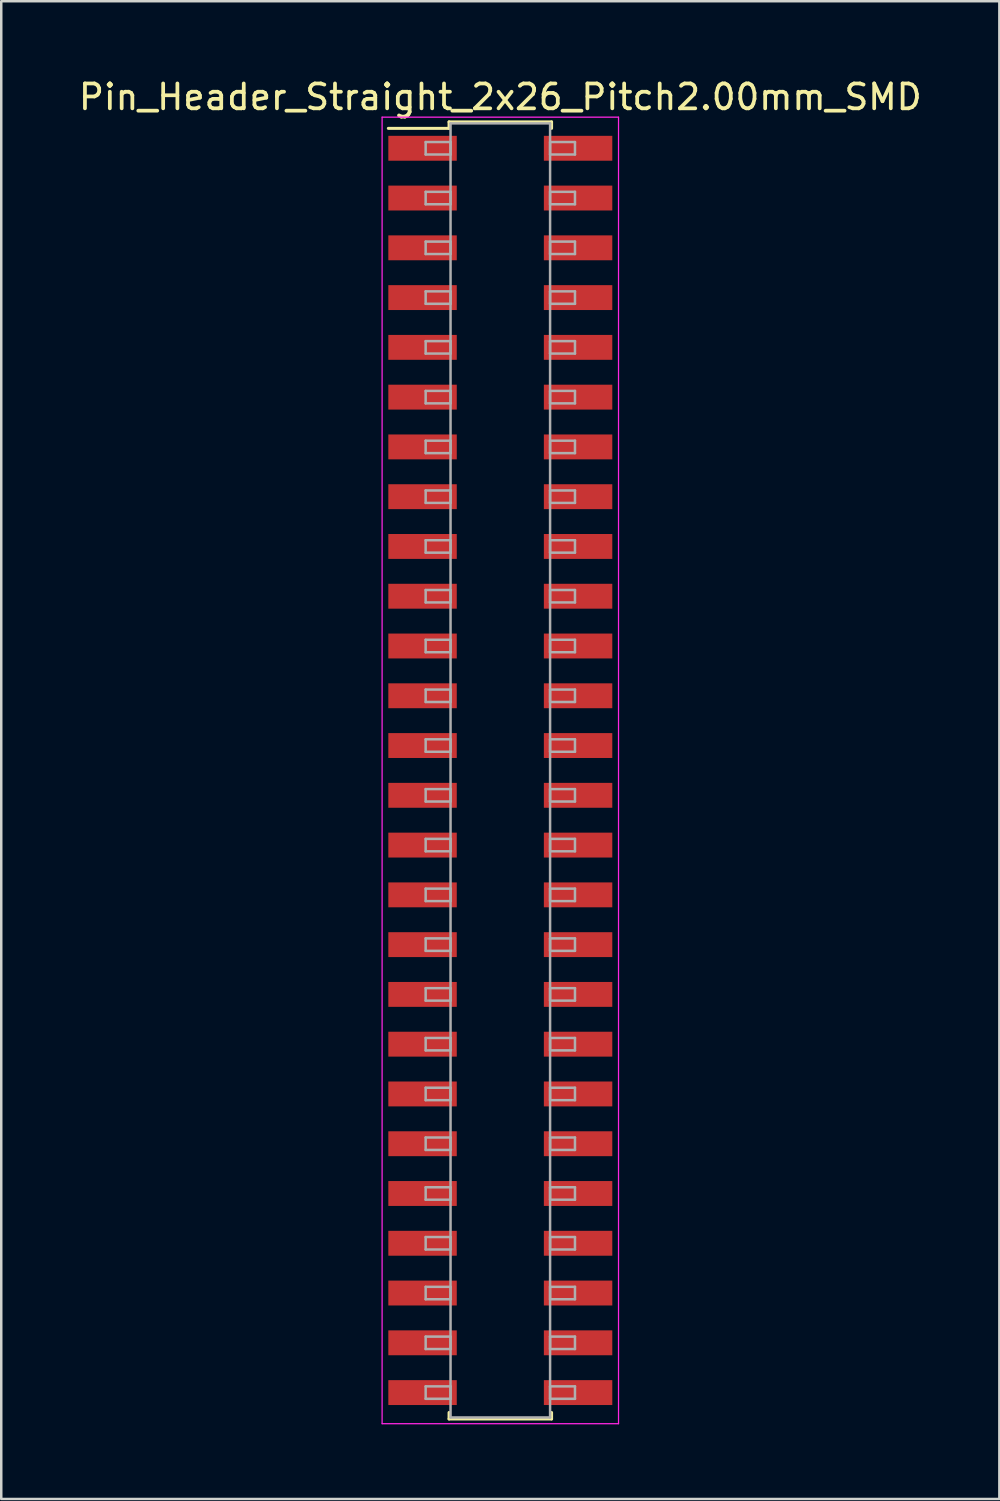
<source format=kicad_pcb>
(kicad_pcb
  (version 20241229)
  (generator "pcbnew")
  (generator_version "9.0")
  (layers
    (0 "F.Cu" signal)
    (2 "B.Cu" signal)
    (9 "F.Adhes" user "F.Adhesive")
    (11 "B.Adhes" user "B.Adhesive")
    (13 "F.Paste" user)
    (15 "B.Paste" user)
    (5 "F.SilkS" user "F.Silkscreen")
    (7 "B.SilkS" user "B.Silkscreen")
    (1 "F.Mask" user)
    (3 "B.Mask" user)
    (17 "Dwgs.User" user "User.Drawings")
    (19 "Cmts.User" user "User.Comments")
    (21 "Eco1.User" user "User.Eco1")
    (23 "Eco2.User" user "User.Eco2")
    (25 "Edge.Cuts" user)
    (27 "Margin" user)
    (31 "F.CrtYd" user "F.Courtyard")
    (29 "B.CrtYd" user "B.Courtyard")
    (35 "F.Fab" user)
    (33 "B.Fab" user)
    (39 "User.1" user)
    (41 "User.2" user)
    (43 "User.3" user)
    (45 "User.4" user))
  (footprint "Pin_Header_Straight_2x26_Pitch2.00mm_SMD"
    (layer "F.Cu")
    (at 17.054 27.908)
    (property "Reference" "Pin_Header_Straight_2x26_Pitch2.00mm_SMD" (at 0 -27.06 0) (layer "F.SilkS") (effects (font (size 1 1) (thickness 0.15))))
    (attr smd)
    (fp_line (start -4.5 -25.8) (end -2.06 -25.8) (stroke (width 0.12) (type solid)) (layer "F.SilkS"))
    (fp_line (start -2.06 -26.06) (end 2.06 -26.06) (stroke (width 0.12) (type solid)) (layer "F.SilkS"))
    (fp_line (start -2.06 -25.8) (end -2.06 -26.06) (stroke (width 0.12) (type solid)) (layer "F.SilkS"))
    (fp_line (start -2.06 25.8) (end -2.06 26.06) (stroke (width 0.12) (type solid)) (layer "F.SilkS"))
    (fp_line (start -2.06 26.06) (end 2.06 26.06) (stroke (width 0.12) (type solid)) (layer "F.SilkS"))
    (fp_line (start 2.06 -26.06) (end 2.06 -25.8) (stroke (width 0.12) (type solid)) (layer "F.SilkS"))
    (fp_line (start 2.06 26.06) (end 2.06 25.8) (stroke (width 0.12) (type solid)) (layer "F.SilkS"))
    (fp_line (start -4.75 -26.25) (end -4.75 26.25) (stroke (width 0.05) (type solid)) (layer "F.CrtYd"))
    (fp_line (start -4.75 26.25) (end 4.75 26.25) (stroke (width 0.05) (type solid)) (layer "F.CrtYd"))
    (fp_line (start 4.75 -26.25) (end -4.75 -26.25) (stroke (width 0.05) (type solid)) (layer "F.CrtYd"))
    (fp_line (start 4.75 26.25) (end 4.75 -26.25) (stroke (width 0.05) (type solid)) (layer "F.CrtYd"))
    (fp_line (start -3 -25.25) (end -2 -25.25) (stroke (width 0.1) (type solid)) (layer "F.Fab"))
    (fp_line (start -3 -24.75) (end -3 -25.25) (stroke (width 0.1) (type solid)) (layer "F.Fab"))
    (fp_line (start -3 -23.25) (end -2 -23.25) (stroke (width 0.1) (type solid)) (layer "F.Fab"))
    (fp_line (start -3 -22.75) (end -3 -23.25) (stroke (width 0.1) (type solid)) (layer "F.Fab"))
    (fp_line (start -3 -21.25) (end -2 -21.25) (stroke (width 0.1) (type solid)) (layer "F.Fab"))
    (fp_line (start -3 -20.75) (end -3 -21.25) (stroke (width 0.1) (type solid)) (layer "F.Fab"))
    (fp_line (start -3 -19.25) (end -2 -19.25) (stroke (width 0.1) (type solid)) (layer "F.Fab"))
    (fp_line (start -3 -18.75) (end -3 -19.25) (stroke (width 0.1) (type solid)) (layer "F.Fab"))
    (fp_line (start -3 -17.25) (end -2 -17.25) (stroke (width 0.1) (type solid)) (layer "F.Fab"))
    (fp_line (start -3 -16.75) (end -3 -17.25) (stroke (width 0.1) (type solid)) (layer "F.Fab"))
    (fp_line (start -3 -15.25) (end -2 -15.25) (stroke (width 0.1) (type solid)) (layer "F.Fab"))
    (fp_line (start -3 -14.75) (end -3 -15.25) (stroke (width 0.1) (type solid)) (layer "F.Fab"))
    (fp_line (start -3 -13.25) (end -2 -13.25) (stroke (width 0.1) (type solid)) (layer "F.Fab"))
    (fp_line (start -3 -12.75) (end -3 -13.25) (stroke (width 0.1) (type solid)) (layer "F.Fab"))
    (fp_line (start -3 -11.25) (end -2 -11.25) (stroke (width 0.1) (type solid)) (layer "F.Fab"))
    (fp_line (start -3 -10.75) (end -3 -11.25) (stroke (width 0.1) (type solid)) (layer "F.Fab"))
    (fp_line (start -3 -9.25) (end -2 -9.25) (stroke (width 0.1) (type solid)) (layer "F.Fab"))
    (fp_line (start -3 -8.75) (end -3 -9.25) (stroke (width 0.1) (type solid)) (layer "F.Fab"))
    (fp_line (start -3 -7.25) (end -2 -7.25) (stroke (width 0.1) (type solid)) (layer "F.Fab"))
    (fp_line (start -3 -6.75) (end -3 -7.25) (stroke (width 0.1) (type solid)) (layer "F.Fab"))
    (fp_line (start -3 -5.25) (end -2 -5.25) (stroke (width 0.1) (type solid)) (layer "F.Fab"))
    (fp_line (start -3 -4.75) (end -3 -5.25) (stroke (width 0.1) (type solid)) (layer "F.Fab"))
    (fp_line (start -3 -3.25) (end -2 -3.25) (stroke (width 0.1) (type solid)) (layer "F.Fab"))
    (fp_line (start -3 -2.75) (end -3 -3.25) (stroke (width 0.1) (type solid)) (layer "F.Fab"))
    (fp_line (start -3 -1.25) (end -2 -1.25) (stroke (width 0.1) (type solid)) (layer "F.Fab"))
    (fp_line (start -3 -0.75) (end -3 -1.25) (stroke (width 0.1) (type solid)) (layer "F.Fab"))
    (fp_line (start -3 0.75) (end -2 0.75) (stroke (width 0.1) (type solid)) (layer "F.Fab"))
    (fp_line (start -3 1.25) (end -3 0.75) (stroke (width 0.1) (type solid)) (layer "F.Fab"))
    (fp_line (start -3 2.75) (end -2 2.75) (stroke (width 0.1) (type solid)) (layer "F.Fab"))
    (fp_line (start -3 3.25) (end -3 2.75) (stroke (width 0.1) (type solid)) (layer "F.Fab"))
    (fp_line (start -3 4.75) (end -2 4.75) (stroke (width 0.1) (type solid)) (layer "F.Fab"))
    (fp_line (start -3 5.25) (end -3 4.75) (stroke (width 0.1) (type solid)) (layer "F.Fab"))
    (fp_line (start -3 6.75) (end -2 6.75) (stroke (width 0.1) (type solid)) (layer "F.Fab"))
    (fp_line (start -3 7.25) (end -3 6.75) (stroke (width 0.1) (type solid)) (layer "F.Fab"))
    (fp_line (start -3 8.75) (end -2 8.75) (stroke (width 0.1) (type solid)) (layer "F.Fab"))
    (fp_line (start -3 9.25) (end -3 8.75) (stroke (width 0.1) (type solid)) (layer "F.Fab"))
    (fp_line (start -3 10.75) (end -2 10.75) (stroke (width 0.1) (type solid)) (layer "F.Fab"))
    (fp_line (start -3 11.25) (end -3 10.75) (stroke (width 0.1) (type solid)) (layer "F.Fab"))
    (fp_line (start -3 12.75) (end -2 12.75) (stroke (width 0.1) (type solid)) (layer "F.Fab"))
    (fp_line (start -3 13.25) (end -3 12.75) (stroke (width 0.1) (type solid)) (layer "F.Fab"))
    (fp_line (start -3 14.75) (end -2 14.75) (stroke (width 0.1) (type solid)) (layer "F.Fab"))
    (fp_line (start -3 15.25) (end -3 14.75) (stroke (width 0.1) (type solid)) (layer "F.Fab"))
    (fp_line (start -3 16.75) (end -2 16.75) (stroke (width 0.1) (type solid)) (layer "F.Fab"))
    (fp_line (start -3 17.25) (end -3 16.75) (stroke (width 0.1) (type solid)) (layer "F.Fab"))
    (fp_line (start -3 18.75) (end -2 18.75) (stroke (width 0.1) (type solid)) (layer "F.Fab"))
    (fp_line (start -3 19.25) (end -3 18.75) (stroke (width 0.1) (type solid)) (layer "F.Fab"))
    (fp_line (start -3 20.75) (end -2 20.75) (stroke (width 0.1) (type solid)) (layer "F.Fab"))
    (fp_line (start -3 21.25) (end -3 20.75) (stroke (width 0.1) (type solid)) (layer "F.Fab"))
    (fp_line (start -3 22.75) (end -2 22.75) (stroke (width 0.1) (type solid)) (layer "F.Fab"))
    (fp_line (start -3 23.25) (end -3 22.75) (stroke (width 0.1) (type solid)) (layer "F.Fab"))
    (fp_line (start -3 24.75) (end -2 24.75) (stroke (width 0.1) (type solid)) (layer "F.Fab"))
    (fp_line (start -3 25.25) (end -3 24.75) (stroke (width 0.1) (type solid)) (layer "F.Fab"))
    (fp_line (start -2 -26) (end -2 26) (stroke (width 0.1) (type solid)) (layer "F.Fab"))
    (fp_line (start -2 -25.25) (end -2 -24.75) (stroke (width 0.1) (type solid)) (layer "F.Fab"))
    (fp_line (start -2 -24.75) (end -3 -24.75) (stroke (width 0.1) (type solid)) (layer "F.Fab"))
    (fp_line (start -2 -23.25) (end -2 -22.75) (stroke (width 0.1) (type solid)) (layer "F.Fab"))
    (fp_line (start -2 -22.75) (end -3 -22.75) (stroke (width 0.1) (type solid)) (layer "F.Fab"))
    (fp_line (start -2 -21.25) (end -2 -20.75) (stroke (width 0.1) (type solid)) (layer "F.Fab"))
    (fp_line (start -2 -20.75) (end -3 -20.75) (stroke (width 0.1) (type solid)) (layer "F.Fab"))
    (fp_line (start -2 -19.25) (end -2 -18.75) (stroke (width 0.1) (type solid)) (layer "F.Fab"))
    (fp_line (start -2 -18.75) (end -3 -18.75) (stroke (width 0.1) (type solid)) (layer "F.Fab"))
    (fp_line (start -2 -17.25) (end -2 -16.75) (stroke (width 0.1) (type solid)) (layer "F.Fab"))
    (fp_line (start -2 -16.75) (end -3 -16.75) (stroke (width 0.1) (type solid)) (layer "F.Fab"))
    (fp_line (start -2 -15.25) (end -2 -14.75) (stroke (width 0.1) (type solid)) (layer "F.Fab"))
    (fp_line (start -2 -14.75) (end -3 -14.75) (stroke (width 0.1) (type solid)) (layer "F.Fab"))
    (fp_line (start -2 -13.25) (end -2 -12.75) (stroke (width 0.1) (type solid)) (layer "F.Fab"))
    (fp_line (start -2 -12.75) (end -3 -12.75) (stroke (width 0.1) (type solid)) (layer "F.Fab"))
    (fp_line (start -2 -11.25) (end -2 -10.75) (stroke (width 0.1) (type solid)) (layer "F.Fab"))
    (fp_line (start -2 -10.75) (end -3 -10.75) (stroke (width 0.1) (type solid)) (layer "F.Fab"))
    (fp_line (start -2 -9.25) (end -2 -8.75) (stroke (width 0.1) (type solid)) (layer "F.Fab"))
    (fp_line (start -2 -8.75) (end -3 -8.75) (stroke (width 0.1) (type solid)) (layer "F.Fab"))
    (fp_line (start -2 -7.25) (end -2 -6.75) (stroke (width 0.1) (type solid)) (layer "F.Fab"))
    (fp_line (start -2 -6.75) (end -3 -6.75) (stroke (width 0.1) (type solid)) (layer "F.Fab"))
    (fp_line (start -2 -5.25) (end -2 -4.75) (stroke (width 0.1) (type solid)) (layer "F.Fab"))
    (fp_line (start -2 -4.75) (end -3 -4.75) (stroke (width 0.1) (type solid)) (layer "F.Fab"))
    (fp_line (start -2 -3.25) (end -2 -2.75) (stroke (width 0.1) (type solid)) (layer "F.Fab"))
    (fp_line (start -2 -2.75) (end -3 -2.75) (stroke (width 0.1) (type solid)) (layer "F.Fab"))
    (fp_line (start -2 -1.25) (end -2 -0.75) (stroke (width 0.1) (type solid)) (layer "F.Fab"))
    (fp_line (start -2 -0.75) (end -3 -0.75) (stroke (width 0.1) (type solid)) (layer "F.Fab"))
    (fp_line (start -2 0.75) (end -2 1.25) (stroke (width 0.1) (type solid)) (layer "F.Fab"))
    (fp_line (start -2 1.25) (end -3 1.25) (stroke (width 0.1) (type solid)) (layer "F.Fab"))
    (fp_line (start -2 2.75) (end -2 3.25) (stroke (width 0.1) (type solid)) (layer "F.Fab"))
    (fp_line (start -2 3.25) (end -3 3.25) (stroke (width 0.1) (type solid)) (layer "F.Fab"))
    (fp_line (start -2 4.75) (end -2 5.25) (stroke (width 0.1) (type solid)) (layer "F.Fab"))
    (fp_line (start -2 5.25) (end -3 5.25) (stroke (width 0.1) (type solid)) (layer "F.Fab"))
    (fp_line (start -2 6.75) (end -2 7.25) (stroke (width 0.1) (type solid)) (layer "F.Fab"))
    (fp_line (start -2 7.25) (end -3 7.25) (stroke (width 0.1) (type solid)) (layer "F.Fab"))
    (fp_line (start -2 8.75) (end -2 9.25) (stroke (width 0.1) (type solid)) (layer "F.Fab"))
    (fp_line (start -2 9.25) (end -3 9.25) (stroke (width 0.1) (type solid)) (layer "F.Fab"))
    (fp_line (start -2 10.75) (end -2 11.25) (stroke (width 0.1) (type solid)) (layer "F.Fab"))
    (fp_line (start -2 11.25) (end -3 11.25) (stroke (width 0.1) (type solid)) (layer "F.Fab"))
    (fp_line (start -2 12.75) (end -2 13.25) (stroke (width 0.1) (type solid)) (layer "F.Fab"))
    (fp_line (start -2 13.25) (end -3 13.25) (stroke (width 0.1) (type solid)) (layer "F.Fab"))
    (fp_line (start -2 14.75) (end -2 15.25) (stroke (width 0.1) (type solid)) (layer "F.Fab"))
    (fp_line (start -2 15.25) (end -3 15.25) (stroke (width 0.1) (type solid)) (layer "F.Fab"))
    (fp_line (start -2 16.75) (end -2 17.25) (stroke (width 0.1) (type solid)) (layer "F.Fab"))
    (fp_line (start -2 17.25) (end -3 17.25) (stroke (width 0.1) (type solid)) (layer "F.Fab"))
    (fp_line (start -2 18.75) (end -2 19.25) (stroke (width 0.1) (type solid)) (layer "F.Fab"))
    (fp_line (start -2 19.25) (end -3 19.25) (stroke (width 0.1) (type solid)) (layer "F.Fab"))
    (fp_line (start -2 20.75) (end -2 21.25) (stroke (width 0.1) (type solid)) (layer "F.Fab"))
    (fp_line (start -2 21.25) (end -3 21.25) (stroke (width 0.1) (type solid)) (layer "F.Fab"))
    (fp_line (start -2 22.75) (end -2 23.25) (stroke (width 0.1) (type solid)) (layer "F.Fab"))
    (fp_line (start -2 23.25) (end -3 23.25) (stroke (width 0.1) (type solid)) (layer "F.Fab"))
    (fp_line (start -2 24.75) (end -2 25.25) (stroke (width 0.1) (type solid)) (layer "F.Fab"))
    (fp_line (start -2 25.25) (end -3 25.25) (stroke (width 0.1) (type solid)) (layer "F.Fab"))
    (fp_line (start -2 26) (end 2 26) (stroke (width 0.1) (type solid)) (layer "F.Fab"))
    (fp_line (start 2 -26) (end -2 -26) (stroke (width 0.1) (type solid)) (layer "F.Fab"))
    (fp_line (start 2 -25.25) (end 2 -24.75) (stroke (width 0.1) (type solid)) (layer "F.Fab"))
    (fp_line (start 2 -24.75) (end 3 -24.75) (stroke (width 0.1) (type solid)) (layer "F.Fab"))
    (fp_line (start 2 -23.25) (end 2 -22.75) (stroke (width 0.1) (type solid)) (layer "F.Fab"))
    (fp_line (start 2 -22.75) (end 3 -22.75) (stroke (width 0.1) (type solid)) (layer "F.Fab"))
    (fp_line (start 2 -21.25) (end 2 -20.75) (stroke (width 0.1) (type solid)) (layer "F.Fab"))
    (fp_line (start 2 -20.75) (end 3 -20.75) (stroke (width 0.1) (type solid)) (layer "F.Fab"))
    (fp_line (start 2 -19.25) (end 2 -18.75) (stroke (width 0.1) (type solid)) (layer "F.Fab"))
    (fp_line (start 2 -18.75) (end 3 -18.75) (stroke (width 0.1) (type solid)) (layer "F.Fab"))
    (fp_line (start 2 -17.25) (end 2 -16.75) (stroke (width 0.1) (type solid)) (layer "F.Fab"))
    (fp_line (start 2 -16.75) (end 3 -16.75) (stroke (width 0.1) (type solid)) (layer "F.Fab"))
    (fp_line (start 2 -15.25) (end 2 -14.75) (stroke (width 0.1) (type solid)) (layer "F.Fab"))
    (fp_line (start 2 -14.75) (end 3 -14.75) (stroke (width 0.1) (type solid)) (layer "F.Fab"))
    (fp_line (start 2 -13.25) (end 2 -12.75) (stroke (width 0.1) (type solid)) (layer "F.Fab"))
    (fp_line (start 2 -12.75) (end 3 -12.75) (stroke (width 0.1) (type solid)) (layer "F.Fab"))
    (fp_line (start 2 -11.25) (end 2 -10.75) (stroke (width 0.1) (type solid)) (layer "F.Fab"))
    (fp_line (start 2 -10.75) (end 3 -10.75) (stroke (width 0.1) (type solid)) (layer "F.Fab"))
    (fp_line (start 2 -9.25) (end 2 -8.75) (stroke (width 0.1) (type solid)) (layer "F.Fab"))
    (fp_line (start 2 -8.75) (end 3 -8.75) (stroke (width 0.1) (type solid)) (layer "F.Fab"))
    (fp_line (start 2 -7.25) (end 2 -6.75) (stroke (width 0.1) (type solid)) (layer "F.Fab"))
    (fp_line (start 2 -6.75) (end 3 -6.75) (stroke (width 0.1) (type solid)) (layer "F.Fab"))
    (fp_line (start 2 -5.25) (end 2 -4.75) (stroke (width 0.1) (type solid)) (layer "F.Fab"))
    (fp_line (start 2 -4.75) (end 3 -4.75) (stroke (width 0.1) (type solid)) (layer "F.Fab"))
    (fp_line (start 2 -3.25) (end 2 -2.75) (stroke (width 0.1) (type solid)) (layer "F.Fab"))
    (fp_line (start 2 -2.75) (end 3 -2.75) (stroke (width 0.1) (type solid)) (layer "F.Fab"))
    (fp_line (start 2 -1.25) (end 2 -0.75) (stroke (width 0.1) (type solid)) (layer "F.Fab"))
    (fp_line (start 2 -0.75) (end 3 -0.75) (stroke (width 0.1) (type solid)) (layer "F.Fab"))
    (fp_line (start 2 0.75) (end 2 1.25) (stroke (width 0.1) (type solid)) (layer "F.Fab"))
    (fp_line (start 2 1.25) (end 3 1.25) (stroke (width 0.1) (type solid)) (layer "F.Fab"))
    (fp_line (start 2 2.75) (end 2 3.25) (stroke (width 0.1) (type solid)) (layer "F.Fab"))
    (fp_line (start 2 3.25) (end 3 3.25) (stroke (width 0.1) (type solid)) (layer "F.Fab"))
    (fp_line (start 2 4.75) (end 2 5.25) (stroke (width 0.1) (type solid)) (layer "F.Fab"))
    (fp_line (start 2 5.25) (end 3 5.25) (stroke (width 0.1) (type solid)) (layer "F.Fab"))
    (fp_line (start 2 6.75) (end 2 7.25) (stroke (width 0.1) (type solid)) (layer "F.Fab"))
    (fp_line (start 2 7.25) (end 3 7.25) (stroke (width 0.1) (type solid)) (layer "F.Fab"))
    (fp_line (start 2 8.75) (end 2 9.25) (stroke (width 0.1) (type solid)) (layer "F.Fab"))
    (fp_line (start 2 9.25) (end 3 9.25) (stroke (width 0.1) (type solid)) (layer "F.Fab"))
    (fp_line (start 2 10.75) (end 2 11.25) (stroke (width 0.1) (type solid)) (layer "F.Fab"))
    (fp_line (start 2 11.25) (end 3 11.25) (stroke (width 0.1) (type solid)) (layer "F.Fab"))
    (fp_line (start 2 12.75) (end 2 13.25) (stroke (width 0.1) (type solid)) (layer "F.Fab"))
    (fp_line (start 2 13.25) (end 3 13.25) (stroke (width 0.1) (type solid)) (layer "F.Fab"))
    (fp_line (start 2 14.75) (end 2 15.25) (stroke (width 0.1) (type solid)) (layer "F.Fab"))
    (fp_line (start 2 15.25) (end 3 15.25) (stroke (width 0.1) (type solid)) (layer "F.Fab"))
    (fp_line (start 2 16.75) (end 2 17.25) (stroke (width 0.1) (type solid)) (layer "F.Fab"))
    (fp_line (start 2 17.25) (end 3 17.25) (stroke (width 0.1) (type solid)) (layer "F.Fab"))
    (fp_line (start 2 18.75) (end 2 19.25) (stroke (width 0.1) (type solid)) (layer "F.Fab"))
    (fp_line (start 2 19.25) (end 3 19.25) (stroke (width 0.1) (type solid)) (layer "F.Fab"))
    (fp_line (start 2 20.75) (end 2 21.25) (stroke (width 0.1) (type solid)) (layer "F.Fab"))
    (fp_line (start 2 21.25) (end 3 21.25) (stroke (width 0.1) (type solid)) (layer "F.Fab"))
    (fp_line (start 2 22.75) (end 2 23.25) (stroke (width 0.1) (type solid)) (layer "F.Fab"))
    (fp_line (start 2 23.25) (end 3 23.25) (stroke (width 0.1) (type solid)) (layer "F.Fab"))
    (fp_line (start 2 24.75) (end 2 25.25) (stroke (width 0.1) (type solid)) (layer "F.Fab"))
    (fp_line (start 2 25.25) (end 3 25.25) (stroke (width 0.1) (type solid)) (layer "F.Fab"))
    (fp_line (start 2 26) (end 2 -26) (stroke (width 0.1) (type solid)) (layer "F.Fab"))
    (fp_line (start 3 -25.25) (end 2 -25.25) (stroke (width 0.1) (type solid)) (layer "F.Fab"))
    (fp_line (start 3 -24.75) (end 3 -25.25) (stroke (width 0.1) (type solid)) (layer "F.Fab"))
    (fp_line (start 3 -23.25) (end 2 -23.25) (stroke (width 0.1) (type solid)) (layer "F.Fab"))
    (fp_line (start 3 -22.75) (end 3 -23.25) (stroke (width 0.1) (type solid)) (layer "F.Fab"))
    (fp_line (start 3 -21.25) (end 2 -21.25) (stroke (width 0.1) (type solid)) (layer "F.Fab"))
    (fp_line (start 3 -20.75) (end 3 -21.25) (stroke (width 0.1) (type solid)) (layer "F.Fab"))
    (fp_line (start 3 -19.25) (end 2 -19.25) (stroke (width 0.1) (type solid)) (layer "F.Fab"))
    (fp_line (start 3 -18.75) (end 3 -19.25) (stroke (width 0.1) (type solid)) (layer "F.Fab"))
    (fp_line (start 3 -17.25) (end 2 -17.25) (stroke (width 0.1) (type solid)) (layer "F.Fab"))
    (fp_line (start 3 -16.75) (end 3 -17.25) (stroke (width 0.1) (type solid)) (layer "F.Fab"))
    (fp_line (start 3 -15.25) (end 2 -15.25) (stroke (width 0.1) (type solid)) (layer "F.Fab"))
    (fp_line (start 3 -14.75) (end 3 -15.25) (stroke (width 0.1) (type solid)) (layer "F.Fab"))
    (fp_line (start 3 -13.25) (end 2 -13.25) (stroke (width 0.1) (type solid)) (layer "F.Fab"))
    (fp_line (start 3 -12.75) (end 3 -13.25) (stroke (width 0.1) (type solid)) (layer "F.Fab"))
    (fp_line (start 3 -11.25) (end 2 -11.25) (stroke (width 0.1) (type solid)) (layer "F.Fab"))
    (fp_line (start 3 -10.75) (end 3 -11.25) (stroke (width 0.1) (type solid)) (layer "F.Fab"))
    (fp_line (start 3 -9.25) (end 2 -9.25) (stroke (width 0.1) (type solid)) (layer "F.Fab"))
    (fp_line (start 3 -8.75) (end 3 -9.25) (stroke (width 0.1) (type solid)) (layer "F.Fab"))
    (fp_line (start 3 -7.25) (end 2 -7.25) (stroke (width 0.1) (type solid)) (layer "F.Fab"))
    (fp_line (start 3 -6.75) (end 3 -7.25) (stroke (width 0.1) (type solid)) (layer "F.Fab"))
    (fp_line (start 3 -5.25) (end 2 -5.25) (stroke (width 0.1) (type solid)) (layer "F.Fab"))
    (fp_line (start 3 -4.75) (end 3 -5.25) (stroke (width 0.1) (type solid)) (layer "F.Fab"))
    (fp_line (start 3 -3.25) (end 2 -3.25) (stroke (width 0.1) (type solid)) (layer "F.Fab"))
    (fp_line (start 3 -2.75) (end 3 -3.25) (stroke (width 0.1) (type solid)) (layer "F.Fab"))
    (fp_line (start 3 -1.25) (end 2 -1.25) (stroke (width 0.1) (type solid)) (layer "F.Fab"))
    (fp_line (start 3 -0.75) (end 3 -1.25) (stroke (width 0.1) (type solid)) (layer "F.Fab"))
    (fp_line (start 3 0.75) (end 2 0.75) (stroke (width 0.1) (type solid)) (layer "F.Fab"))
    (fp_line (start 3 1.25) (end 3 0.75) (stroke (width 0.1) (type solid)) (layer "F.Fab"))
    (fp_line (start 3 2.75) (end 2 2.75) (stroke (width 0.1) (type solid)) (layer "F.Fab"))
    (fp_line (start 3 3.25) (end 3 2.75) (stroke (width 0.1) (type solid)) (layer "F.Fab"))
    (fp_line (start 3 4.75) (end 2 4.75) (stroke (width 0.1) (type solid)) (layer "F.Fab"))
    (fp_line (start 3 5.25) (end 3 4.75) (stroke (width 0.1) (type solid)) (layer "F.Fab"))
    (fp_line (start 3 6.75) (end 2 6.75) (stroke (width 0.1) (type solid)) (layer "F.Fab"))
    (fp_line (start 3 7.25) (end 3 6.75) (stroke (width 0.1) (type solid)) (layer "F.Fab"))
    (fp_line (start 3 8.75) (end 2 8.75) (stroke (width 0.1) (type solid)) (layer "F.Fab"))
    (fp_line (start 3 9.25) (end 3 8.75) (stroke (width 0.1) (type solid)) (layer "F.Fab"))
    (fp_line (start 3 10.75) (end 2 10.75) (stroke (width 0.1) (type solid)) (layer "F.Fab"))
    (fp_line (start 3 11.25) (end 3 10.75) (stroke (width 0.1) (type solid)) (layer "F.Fab"))
    (fp_line (start 3 12.75) (end 2 12.75) (stroke (width 0.1) (type solid)) (layer "F.Fab"))
    (fp_line (start 3 13.25) (end 3 12.75) (stroke (width 0.1) (type solid)) (layer "F.Fab"))
    (fp_line (start 3 14.75) (end 2 14.75) (stroke (width 0.1) (type solid)) (layer "F.Fab"))
    (fp_line (start 3 15.25) (end 3 14.75) (stroke (width 0.1) (type solid)) (layer "F.Fab"))
    (fp_line (start 3 16.75) (end 2 16.75) (stroke (width 0.1) (type solid)) (layer "F.Fab"))
    (fp_line (start 3 17.25) (end 3 16.75) (stroke (width 0.1) (type solid)) (layer "F.Fab"))
    (fp_line (start 3 18.75) (end 2 18.75) (stroke (width 0.1) (type solid)) (layer "F.Fab"))
    (fp_line (start 3 19.25) (end 3 18.75) (stroke (width 0.1) (type solid)) (layer "F.Fab"))
    (fp_line (start 3 20.75) (end 2 20.75) (stroke (width 0.1) (type solid)) (layer "F.Fab"))
    (fp_line (start 3 21.25) (end 3 20.75) (stroke (width 0.1) (type solid)) (layer "F.Fab"))
    (fp_line (start 3 22.75) (end 2 22.75) (stroke (width 0.1) (type solid)) (layer "F.Fab"))
    (fp_line (start 3 23.25) (end 3 22.75) (stroke (width 0.1) (type solid)) (layer "F.Fab"))
    (fp_line (start 3 24.75) (end 2 24.75) (stroke (width 0.1) (type solid)) (layer "F.Fab"))
    (fp_line (start 3 25.25) (end 3 24.75) (stroke (width 0.1) (type solid)) (layer "F.Fab"))
    (pad "1" smd rect (at -3.125 -25) (size 2.75 1) (layers "F.Cu" "F.Mask"))
    (pad "2" smd rect (at 3.125 -25) (size 2.75 1) (layers "F.Cu" "F.Mask"))
    (pad "3" smd rect (at -3.125 -23) (size 2.75 1) (layers "F.Cu" "F.Mask"))
    (pad "4" smd rect (at 3.125 -23) (size 2.75 1) (layers "F.Cu" "F.Mask"))
    (pad "5" smd rect (at -3.125 -21) (size 2.75 1) (layers "F.Cu" "F.Mask"))
    (pad "6" smd rect (at 3.125 -21) (size 2.75 1) (layers "F.Cu" "F.Mask"))
    (pad "7" smd rect (at -3.125 -19) (size 2.75 1) (layers "F.Cu" "F.Mask"))
    (pad "8" smd rect (at 3.125 -19) (size 2.75 1) (layers "F.Cu" "F.Mask"))
    (pad "9" smd rect (at -3.125 -17) (size 2.75 1) (layers "F.Cu" "F.Mask"))
    (pad "10" smd rect (at 3.125 -17) (size 2.75 1) (layers "F.Cu" "F.Mask"))
    (pad "11" smd rect (at -3.125 -15) (size 2.75 1) (layers "F.Cu" "F.Mask"))
    (pad "12" smd rect (at 3.125 -15) (size 2.75 1) (layers "F.Cu" "F.Mask"))
    (pad "13" smd rect (at -3.125 -13) (size 2.75 1) (layers "F.Cu" "F.Mask"))
    (pad "14" smd rect (at 3.125 -13) (size 2.75 1) (layers "F.Cu" "F.Mask"))
    (pad "15" smd rect (at -3.125 -11) (size 2.75 1) (layers "F.Cu" "F.Mask"))
    (pad "16" smd rect (at 3.125 -11) (size 2.75 1) (layers "F.Cu" "F.Mask"))
    (pad "17" smd rect (at -3.125 -9) (size 2.75 1) (layers "F.Cu" "F.Mask"))
    (pad "18" smd rect (at 3.125 -9) (size 2.75 1) (layers "F.Cu" "F.Mask"))
    (pad "19" smd rect (at -3.125 -7) (size 2.75 1) (layers "F.Cu" "F.Mask"))
    (pad "20" smd rect (at 3.125 -7) (size 2.75 1) (layers "F.Cu" "F.Mask"))
    (pad "21" smd rect (at -3.125 -5) (size 2.75 1) (layers "F.Cu" "F.Mask"))
    (pad "22" smd rect (at 3.125 -5) (size 2.75 1) (layers "F.Cu" "F.Mask"))
    (pad "23" smd rect (at -3.125 -3) (size 2.75 1) (layers "F.Cu" "F.Mask"))
    (pad "24" smd rect (at 3.125 -3) (size 2.75 1) (layers "F.Cu" "F.Mask"))
    (pad "25" smd rect (at -3.125 -1) (size 2.75 1) (layers "F.Cu" "F.Mask"))
    (pad "26" smd rect (at 3.125 -1) (size 2.75 1) (layers "F.Cu" "F.Mask"))
    (pad "27" smd rect (at -3.125 1) (size 2.75 1) (layers "F.Cu" "F.Mask"))
    (pad "28" smd rect (at 3.125 1) (size 2.75 1) (layers "F.Cu" "F.Mask"))
    (pad "29" smd rect (at -3.125 3) (size 2.75 1) (layers "F.Cu" "F.Mask"))
    (pad "30" smd rect (at 3.125 3) (size 2.75 1) (layers "F.Cu" "F.Mask"))
    (pad "31" smd rect (at -3.125 5) (size 2.75 1) (layers "F.Cu" "F.Mask"))
    (pad "32" smd rect (at 3.125 5) (size 2.75 1) (layers "F.Cu" "F.Mask"))
    (pad "33" smd rect (at -3.125 7) (size 2.75 1) (layers "F.Cu" "F.Mask"))
    (pad "34" smd rect (at 3.125 7) (size 2.75 1) (layers "F.Cu" "F.Mask"))
    (pad "35" smd rect (at -3.125 9) (size 2.75 1) (layers "F.Cu" "F.Mask"))
    (pad "36" smd rect (at 3.125 9) (size 2.75 1) (layers "F.Cu" "F.Mask"))
    (pad "37" smd rect (at -3.125 11) (size 2.75 1) (layers "F.Cu" "F.Mask"))
    (pad "38" smd rect (at 3.125 11) (size 2.75 1) (layers "F.Cu" "F.Mask"))
    (pad "39" smd rect (at -3.125 13) (size 2.75 1) (layers "F.Cu" "F.Mask"))
    (pad "40" smd rect (at 3.125 13) (size 2.75 1) (layers "F.Cu" "F.Mask"))
    (pad "41" smd rect (at -3.125 15) (size 2.75 1) (layers "F.Cu" "F.Mask"))
    (pad "42" smd rect (at 3.125 15) (size 2.75 1) (layers "F.Cu" "F.Mask"))
    (pad "43" smd rect (at -3.125 17) (size 2.75 1) (layers "F.Cu" "F.Mask"))
    (pad "44" smd rect (at 3.125 17) (size 2.75 1) (layers "F.Cu" "F.Mask"))
    (pad "45" smd rect (at -3.125 19) (size 2.75 1) (layers "F.Cu" "F.Mask"))
    (pad "46" smd rect (at 3.125 19) (size 2.75 1) (layers "F.Cu" "F.Mask"))
    (pad "47" smd rect (at -3.125 21) (size 2.75 1) (layers "F.Cu" "F.Mask"))
    (pad "48" smd rect (at 3.125 21) (size 2.75 1) (layers "F.Cu" "F.Mask"))
    (pad "49" smd rect (at -3.125 23) (size 2.75 1) (layers "F.Cu" "F.Mask"))
    (pad "50" smd rect (at 3.125 23) (size 2.75 1) (layers "F.Cu" "F.Mask"))
    (pad "51" smd rect (at -3.125 25) (size 2.75 1) (layers "F.Cu" "F.Mask"))
    (pad "52" smd rect (at 3.125 25) (size 2.75 1) (layers "F.Cu" "F.Mask")))
  (gr_rect
    (start -3 -3)
    (end 37.107 57.183)
    (stroke (width 0.1) (type default))
    (fill no)
    (layer "Edge.Cuts")))
</source>
